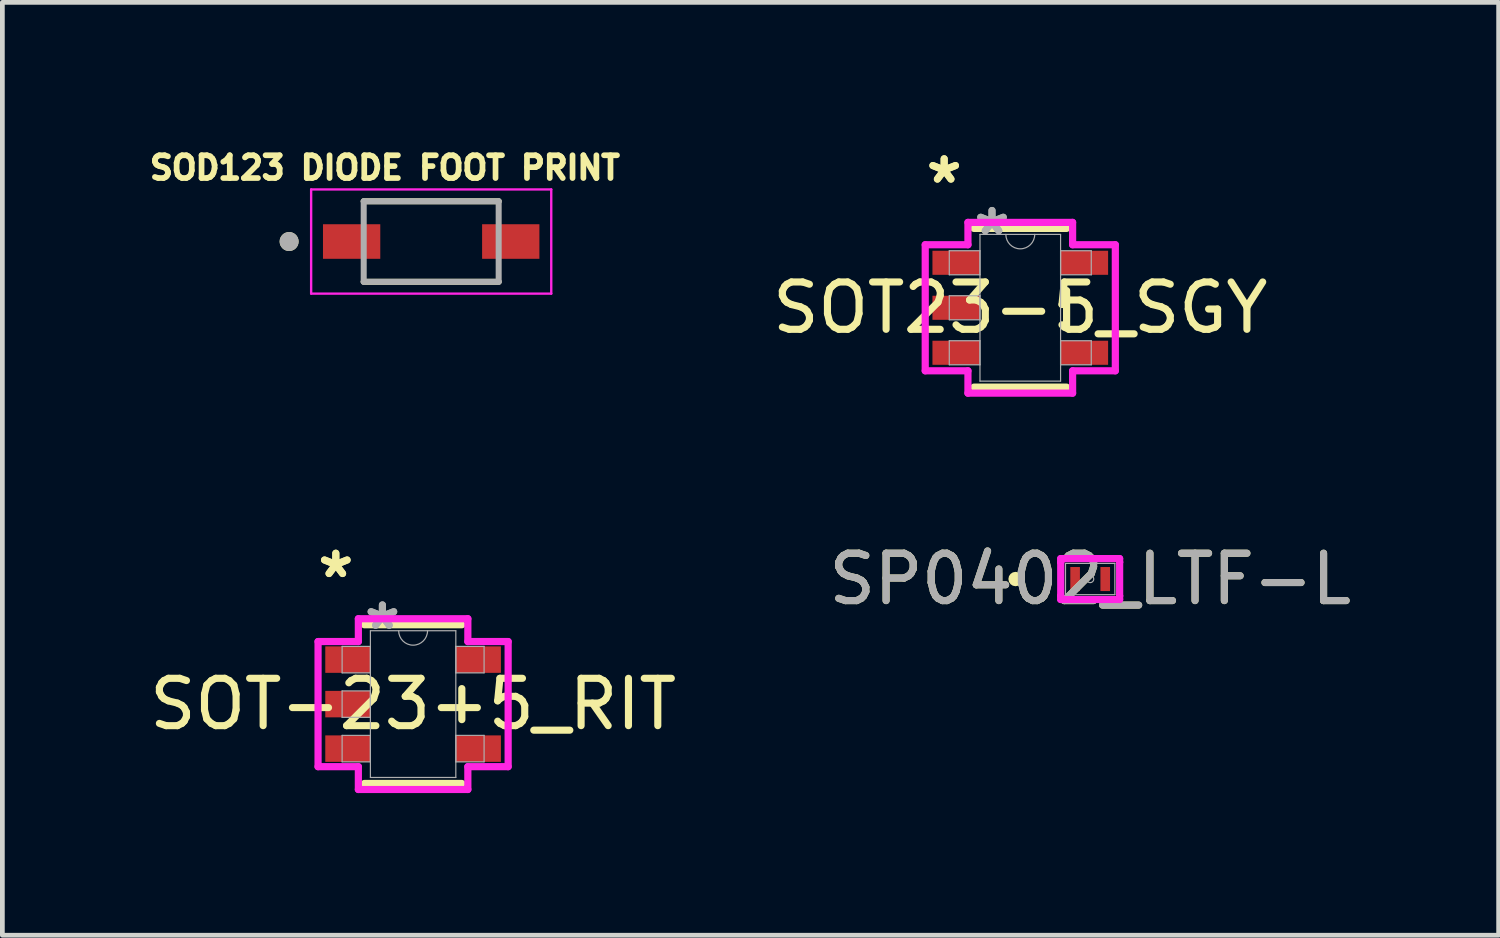
<source format=kicad_pcb>
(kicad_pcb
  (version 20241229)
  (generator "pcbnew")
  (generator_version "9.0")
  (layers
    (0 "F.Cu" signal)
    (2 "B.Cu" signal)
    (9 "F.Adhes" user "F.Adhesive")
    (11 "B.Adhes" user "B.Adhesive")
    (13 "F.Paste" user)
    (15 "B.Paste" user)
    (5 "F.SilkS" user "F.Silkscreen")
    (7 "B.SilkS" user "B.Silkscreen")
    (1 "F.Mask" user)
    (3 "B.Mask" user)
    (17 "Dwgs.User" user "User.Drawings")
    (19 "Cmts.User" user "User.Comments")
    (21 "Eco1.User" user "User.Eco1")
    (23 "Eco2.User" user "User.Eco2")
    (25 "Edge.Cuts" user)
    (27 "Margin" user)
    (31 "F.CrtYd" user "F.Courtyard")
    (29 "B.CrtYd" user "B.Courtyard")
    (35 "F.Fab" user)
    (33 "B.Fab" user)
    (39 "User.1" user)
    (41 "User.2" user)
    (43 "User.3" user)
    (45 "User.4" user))
  (footprint "SP0402_LTF-L"
    (layer "F.Cu")
    (at 19.97 9.177)
    (property "Reference" "SP0402_LTF-L" (at 0 0 0) (unlocked yes) (layer "F.SilkS") (effects (font (size 1 1) (thickness 0.15))))
    (attr smd)
    (fp_circle (center -1.575 0) (end -1.499 0) (stroke (width 0.152) (type solid)) (fill no) (layer "F.SilkS"))
    (fp_line (start -0.622 -0.432) (end 0.622 -0.432) (stroke (width 0.152) (type solid)) (layer "F.CrtYd"))
    (fp_line (start -0.622 -0.356) (end -0.622 -0.432) (stroke (width 0.152) (type solid)) (layer "F.CrtYd"))
    (fp_line (start -0.622 -0.356) (end -0.622 -0.356) (stroke (width 0.152) (type solid)) (layer "F.CrtYd"))
    (fp_line (start -0.622 0.356) (end -0.622 -0.356) (stroke (width 0.152) (type solid)) (layer "F.CrtYd"))
    (fp_line (start -0.622 0.356) (end -0.622 0.356) (stroke (width 0.152) (type solid)) (layer "F.CrtYd"))
    (fp_line (start -0.622 0.432) (end -0.622 0.356) (stroke (width 0.152) (type solid)) (layer "F.CrtYd"))
    (fp_line (start 0.622 -0.432) (end 0.622 -0.356) (stroke (width 0.152) (type solid)) (layer "F.CrtYd"))
    (fp_line (start 0.622 -0.356) (end 0.622 -0.356) (stroke (width 0.152) (type solid)) (layer "F.CrtYd"))
    (fp_line (start 0.622 -0.356) (end 0.622 0.356) (stroke (width 0.152) (type solid)) (layer "F.CrtYd"))
    (fp_line (start 0.622 0.356) (end 0.622 0.356) (stroke (width 0.152) (type solid)) (layer "F.CrtYd"))
    (fp_line (start 0.622 0.356) (end 0.622 0.432) (stroke (width 0.152) (type solid)) (layer "F.CrtYd"))
    (fp_line (start 0.622 0.432) (end -0.622 0.432) (stroke (width 0.152) (type solid)) (layer "F.CrtYd"))
    (fp_line (start -0.521 -0.33) (end -0.521 0.33) (stroke (width 0.025) (type solid)) (layer "F.Fab"))
    (fp_line (start -0.521 0.33) (end 0.521 0.33) (stroke (width 0.025) (type solid)) (layer "F.Fab"))
    (fp_line (start 0.521 -0.33) (end -0.521 -0.33) (stroke (width 0.025) (type solid)) (layer "F.Fab"))
    (fp_line (start 0.521 0.33) (end 0.521 -0.33) (stroke (width 0.025) (type solid)) (layer "F.Fab"))
    (fp_circle (center 0 0) (end 0.076 0) (stroke (width 0.025) (type solid)) (fill no) (layer "F.Fab"))
    (fp_text user "${REFERENCE}" (at 0 0 0) (unlocked yes) (layer "F.Fab") (effects (font (size 1 1) (thickness 0.15))))
    (pad "1" smd rect (at -0.318 0) (size 0.203 0.508) (layers "F.Cu" "F.Mask" "F.Paste"))
    (pad "2" smd rect (at 0.318 0) (size 0.203 0.508) (layers "F.Cu" "F.Mask" "F.Paste")))
  (footprint "SOT23-5_SGY"
    (layer "F.Cu")
    (at 18.494 3.449)
    (property "Reference" "SOT23-5_SGY" (at 0 0 0) (unlocked yes) (layer "F.SilkS") (effects (font (size 1 1) (thickness 0.15))))
    (attr smd)
    (fp_line (start -0.978 1.676) (end 0.978 1.676) (stroke (width 0.152) (type solid)) (layer "F.SilkS"))
    (fp_line (start 0.978 -1.676) (end -0.978 -1.676) (stroke (width 0.152) (type solid)) (layer "F.SilkS"))
    (fp_line (start 0.978 0.363) (end 0.978 -0.363) (stroke (width 0.152) (type solid)) (layer "F.SilkS"))
    (fp_line (start -2.007 -1.331) (end -1.105 -1.331) (stroke (width 0.152) (type solid)) (layer "F.CrtYd"))
    (fp_line (start -2.007 1.331) (end -2.007 -1.331) (stroke (width 0.152) (type solid)) (layer "F.CrtYd"))
    (fp_line (start -1.105 -1.803) (end 1.105 -1.803) (stroke (width 0.152) (type solid)) (layer "F.CrtYd"))
    (fp_line (start -1.105 -1.331) (end -1.105 -1.803) (stroke (width 0.152) (type solid)) (layer "F.CrtYd"))
    (fp_line (start -1.105 1.331) (end -2.007 1.331) (stroke (width 0.152) (type solid)) (layer "F.CrtYd"))
    (fp_line (start -1.105 1.803) (end -1.105 1.331) (stroke (width 0.152) (type solid)) (layer "F.CrtYd"))
    (fp_line (start 1.105 -1.803) (end 1.105 -1.331) (stroke (width 0.152) (type solid)) (layer "F.CrtYd"))
    (fp_line (start 1.105 -1.331) (end 2.007 -1.331) (stroke (width 0.152) (type solid)) (layer "F.CrtYd"))
    (fp_line (start 1.105 1.331) (end 1.105 1.803) (stroke (width 0.152) (type solid)) (layer "F.CrtYd"))
    (fp_line (start 1.105 1.803) (end -1.105 1.803) (stroke (width 0.152) (type solid)) (layer "F.CrtYd"))
    (fp_line (start 2.007 -1.331) (end 2.007 1.331) (stroke (width 0.152) (type solid)) (layer "F.CrtYd"))
    (fp_line (start 2.007 1.331) (end 1.105 1.331) (stroke (width 0.152) (type solid)) (layer "F.CrtYd"))
    (fp_line (start -1.499 -1.204) (end -1.499 -0.696) (stroke (width 0.025) (type solid)) (layer "F.Fab"))
    (fp_line (start -1.499 -0.696) (end -0.851 -0.696) (stroke (width 0.025) (type solid)) (layer "F.Fab"))
    (fp_line (start -1.499 -0.254) (end -1.499 0.254) (stroke (width 0.025) (type solid)) (layer "F.Fab"))
    (fp_line (start -1.499 0.254) (end -0.851 0.254) (stroke (width 0.025) (type solid)) (layer "F.Fab"))
    (fp_line (start -1.499 0.696) (end -1.499 1.204) (stroke (width 0.025) (type solid)) (layer "F.Fab"))
    (fp_line (start -1.499 1.204) (end -0.851 1.204) (stroke (width 0.025) (type solid)) (layer "F.Fab"))
    (fp_line (start -0.851 -1.549) (end -0.851 1.549) (stroke (width 0.025) (type solid)) (layer "F.Fab"))
    (fp_line (start -0.851 -1.204) (end -1.499 -1.204) (stroke (width 0.025) (type solid)) (layer "F.Fab"))
    (fp_line (start -0.851 -0.696) (end -0.851 -1.204) (stroke (width 0.025) (type solid)) (layer "F.Fab"))
    (fp_line (start -0.851 -0.254) (end -1.499 -0.254) (stroke (width 0.025) (type solid)) (layer "F.Fab"))
    (fp_line (start -0.851 0.254) (end -0.851 -0.254) (stroke (width 0.025) (type solid)) (layer "F.Fab"))
    (fp_line (start -0.851 0.696) (end -1.499 0.696) (stroke (width 0.025) (type solid)) (layer "F.Fab"))
    (fp_line (start -0.851 1.204) (end -0.851 0.696) (stroke (width 0.025) (type solid)) (layer "F.Fab"))
    (fp_line (start -0.851 1.549) (end 0.851 1.549) (stroke (width 0.025) (type solid)) (layer "F.Fab"))
    (fp_line (start 0.851 -1.549) (end -0.851 -1.549) (stroke (width 0.025) (type solid)) (layer "F.Fab"))
    (fp_line (start 0.851 -1.204) (end 0.851 -0.696) (stroke (width 0.025) (type solid)) (layer "F.Fab"))
    (fp_line (start 0.851 -0.696) (end 1.499 -0.696) (stroke (width 0.025) (type solid)) (layer "F.Fab"))
    (fp_line (start 0.851 0.696) (end 0.851 1.204) (stroke (width 0.025) (type solid)) (layer "F.Fab"))
    (fp_line (start 0.851 1.204) (end 1.499 1.204) (stroke (width 0.025) (type solid)) (layer "F.Fab"))
    (fp_line (start 0.851 1.549) (end 0.851 -1.549) (stroke (width 0.025) (type solid)) (layer "F.Fab"))
    (fp_line (start 1.499 -1.204) (end 0.851 -1.204) (stroke (width 0.025) (type solid)) (layer "F.Fab"))
    (fp_line (start 1.499 -0.696) (end 1.499 -1.204) (stroke (width 0.025) (type solid)) (layer "F.Fab"))
    (fp_line (start 1.499 0.696) (end 0.851 0.696) (stroke (width 0.025) (type solid)) (layer "F.Fab"))
    (fp_line (start 1.499 1.204) (end 1.499 0.696) (stroke (width 0.025) (type solid)) (layer "F.Fab"))
    (fp_arc (start 0.3048 -1.5494) (mid 0 -1.2446) (end -0.3048 -1.5494) (stroke (width 0.0254) (type solid)) (layer "F.Fab"))
    (fp_text user "*" (at -1.607 -2.601 0) (layer "F.SilkS") (effects (font (size 1 1) (thickness 0.15))))
    (fp_text user "*" (at -1.607 -2.601 0) (unlocked yes) (layer "F.SilkS") (effects (font (size 1 1) (thickness 0.15))))
    (fp_text user "*" (at -0.597 -1.509 0) (unlocked yes) (layer "F.Fab") (effects (font (size 1 1) (thickness 0.15))))
    (fp_text user "*" (at -0.597 -1.509 0) (layer "F.Fab") (effects (font (size 1 1) (thickness 0.15))))
    (pad "1" smd rect (at -1.353 -0.95) (size 1.003 0.508) (layers "F.Cu" "F.Mask" "F.Paste"))
    (pad "2" smd rect (at -1.353 0) (size 1.003 0.508) (layers "F.Cu" "F.Mask" "F.Paste"))
    (pad "3" smd rect (at -1.353 0.95) (size 1.003 0.508) (layers "F.Cu" "F.Mask" "F.Paste"))
    (pad "4" smd rect (at 1.353 0.95) (size 1.003 0.508) (layers "F.Cu" "F.Mask" "F.Paste"))
    (pad "5" smd rect (at 1.353 -0.95) (size 1.003 0.508) (layers "F.Cu" "F.Mask" "F.Paste")))
  (footprint "SOT-23-5_RIT"
    (layer "F.Cu")
    (at 5.673 11.818)
    (property "Reference" "SOT-23-5_RIT" (at 0 0 0) (unlocked yes) (layer "F.SilkS") (effects (font (size 1 1) (thickness 0.15))))
    (attr smd)
    (fp_line (start -1.029 1.676) (end 1.029 1.676) (stroke (width 0.152) (type solid)) (layer "F.SilkS"))
    (fp_line (start 1.029 -1.676) (end -1.029 -1.676) (stroke (width 0.152) (type solid)) (layer "F.SilkS"))
    (fp_line (start 1.029 0.327) (end 1.029 -0.327) (stroke (width 0.152) (type solid)) (layer "F.SilkS"))
    (fp_line (start -2.007 -1.321) (end -1.156 -1.321) (stroke (width 0.152) (type solid)) (layer "F.CrtYd"))
    (fp_line (start -2.007 1.321) (end -2.007 -1.321) (stroke (width 0.152) (type solid)) (layer "F.CrtYd"))
    (fp_line (start -1.156 -1.803) (end 1.156 -1.803) (stroke (width 0.152) (type solid)) (layer "F.CrtYd"))
    (fp_line (start -1.156 -1.321) (end -1.156 -1.803) (stroke (width 0.152) (type solid)) (layer "F.CrtYd"))
    (fp_line (start -1.156 1.321) (end -2.007 1.321) (stroke (width 0.152) (type solid)) (layer "F.CrtYd"))
    (fp_line (start -1.156 1.803) (end -1.156 1.321) (stroke (width 0.152) (type solid)) (layer "F.CrtYd"))
    (fp_line (start 1.156 -1.803) (end 1.156 -1.321) (stroke (width 0.152) (type solid)) (layer "F.CrtYd"))
    (fp_line (start 1.156 -1.321) (end 2.007 -1.321) (stroke (width 0.152) (type solid)) (layer "F.CrtYd"))
    (fp_line (start 1.156 1.321) (end 1.156 1.803) (stroke (width 0.152) (type solid)) (layer "F.CrtYd"))
    (fp_line (start 1.156 1.803) (end -1.156 1.803) (stroke (width 0.152) (type solid)) (layer "F.CrtYd"))
    (fp_line (start 2.007 -1.321) (end 2.007 1.321) (stroke (width 0.152) (type solid)) (layer "F.CrtYd"))
    (fp_line (start 2.007 1.321) (end 1.156 1.321) (stroke (width 0.152) (type solid)) (layer "F.CrtYd"))
    (fp_line (start -1.499 -1.219) (end -1.499 -0.66) (stroke (width 0.025) (type solid)) (layer "F.Fab"))
    (fp_line (start -1.499 -0.66) (end -0.902 -0.66) (stroke (width 0.025) (type solid)) (layer "F.Fab"))
    (fp_line (start -1.499 -0.279) (end -1.499 0.279) (stroke (width 0.025) (type solid)) (layer "F.Fab"))
    (fp_line (start -1.499 0.279) (end -0.902 0.279) (stroke (width 0.025) (type solid)) (layer "F.Fab"))
    (fp_line (start -1.499 0.66) (end -1.499 1.219) (stroke (width 0.025) (type solid)) (layer "F.Fab"))
    (fp_line (start -1.499 1.219) (end -0.902 1.219) (stroke (width 0.025) (type solid)) (layer "F.Fab"))
    (fp_line (start -0.902 -1.549) (end -0.902 1.549) (stroke (width 0.025) (type solid)) (layer "F.Fab"))
    (fp_line (start -0.902 -1.219) (end -1.499 -1.219) (stroke (width 0.025) (type solid)) (layer "F.Fab"))
    (fp_line (start -0.902 -0.66) (end -0.902 -1.219) (stroke (width 0.025) (type solid)) (layer "F.Fab"))
    (fp_line (start -0.902 -0.279) (end -1.499 -0.279) (stroke (width 0.025) (type solid)) (layer "F.Fab"))
    (fp_line (start -0.902 0.279) (end -0.902 -0.279) (stroke (width 0.025) (type solid)) (layer "F.Fab"))
    (fp_line (start -0.902 0.66) (end -1.499 0.66) (stroke (width 0.025) (type solid)) (layer "F.Fab"))
    (fp_line (start -0.902 1.219) (end -0.902 0.66) (stroke (width 0.025) (type solid)) (layer "F.Fab"))
    (fp_line (start -0.902 1.549) (end 0.902 1.549) (stroke (width 0.025) (type solid)) (layer "F.Fab"))
    (fp_line (start 0.902 -1.549) (end -0.902 -1.549) (stroke (width 0.025) (type solid)) (layer "F.Fab"))
    (fp_line (start 0.902 -1.219) (end 0.902 -0.66) (stroke (width 0.025) (type solid)) (layer "F.Fab"))
    (fp_line (start 0.902 -0.66) (end 1.499 -0.66) (stroke (width 0.025) (type solid)) (layer "F.Fab"))
    (fp_line (start 0.902 0.66) (end 0.902 1.219) (stroke (width 0.025) (type solid)) (layer "F.Fab"))
    (fp_line (start 0.902 1.219) (end 1.499 1.219) (stroke (width 0.025) (type solid)) (layer "F.Fab"))
    (fp_line (start 0.902 1.549) (end 0.902 -1.549) (stroke (width 0.025) (type solid)) (layer "F.Fab"))
    (fp_line (start 1.499 -1.219) (end 0.902 -1.219) (stroke (width 0.025) (type solid)) (layer "F.Fab"))
    (fp_line (start 1.499 -0.66) (end 1.499 -1.219) (stroke (width 0.025) (type solid)) (layer "F.Fab"))
    (fp_line (start 1.499 0.66) (end 0.902 0.66) (stroke (width 0.025) (type solid)) (layer "F.Fab"))
    (fp_line (start 1.499 1.219) (end 1.499 0.66) (stroke (width 0.025) (type solid)) (layer "F.Fab"))
    (fp_arc (start 0.3048 -1.5494) (mid 0 -1.2446) (end -0.3048 -1.5494) (stroke (width 0.0254) (type solid)) (layer "F.Fab"))
    (fp_text user "*" (at -1.632 -2.641 0) (unlocked yes) (layer "F.SilkS") (effects (font (size 1 1) (thickness 0.15))))
    (fp_text user "*" (at -1.632 -2.641 0) (layer "F.SilkS") (effects (font (size 1 1) (thickness 0.15))))
    (fp_text user "*" (at -0.648 -1.549 0) (unlocked yes) (layer "F.Fab") (effects (font (size 1 1) (thickness 0.15))))
    (fp_text user "*" (at -0.648 -1.549 0) (layer "F.Fab") (effects (font (size 1 1) (thickness 0.15))))
    (pad "1" smd rect (at -1.378 -0.94) (size 0.953 0.559) (layers "F.Cu" "F.Mask" "F.Paste"))
    (pad "2" smd rect (at -1.378 0) (size 0.953 0.559) (layers "F.Cu" "F.Mask" "F.Paste"))
    (pad "3" smd rect (at -1.378 0.94) (size 0.953 0.559) (layers "F.Cu" "F.Mask" "F.Paste"))
    (pad "4" smd rect (at 1.378 0.94) (size 0.953 0.559) (layers "F.Cu" "F.Mask" "F.Paste"))
    (pad "5" smd rect (at 1.378 -0.94) (size 0.953 0.559) (layers "F.Cu" "F.Mask" "F.Paste")))
  (footprint "SOD123 DIODE FOOT PRINT"
    (layer "F.Cu")
    (at 6.055 2.05)
    (property "Reference" "SOD123 DIODE FOOT PRINT" (at -0.978 -1.557 0) (layer "F.SilkS") (effects (font (size 0.481 0.481) (thickness 0.15))))
    (attr smd)
    (fp_line (start -1.425 -0.85) (end 1.425 -0.85) (stroke (width 0.127) (type solid)) (layer "F.SilkS"))
    (fp_line (start 1.425 0.85) (end -1.425 0.85) (stroke (width 0.127) (type solid)) (layer "F.SilkS"))
    (fp_circle (center -3 0) (end -2.9 0) (stroke (width 0.2) (type solid)) (fill no) (layer "F.SilkS"))
    (fp_line (start -2.535 -1.1) (end 2.535 -1.1) (stroke (width 0.05) (type solid)) (layer "F.CrtYd"))
    (fp_line (start -2.535 1.1) (end -2.535 -1.1) (stroke (width 0.05) (type solid)) (layer "F.CrtYd"))
    (fp_line (start 2.535 -1.1) (end 2.535 1.1) (stroke (width 0.05) (type solid)) (layer "F.CrtYd"))
    (fp_line (start 2.535 1.1) (end -2.535 1.1) (stroke (width 0.05) (type solid)) (layer "F.CrtYd"))
    (fp_line (start -1.425 -0.85) (end 1.425 -0.85) (stroke (width 0.127) (type solid)) (layer "F.Fab"))
    (fp_line (start -1.425 0.85) (end -1.425 -0.85) (stroke (width 0.127) (type solid)) (layer "F.Fab"))
    (fp_line (start 1.425 -0.85) (end 1.425 0.85) (stroke (width 0.127) (type solid)) (layer "F.Fab"))
    (fp_line (start 1.425 0.85) (end -1.425 0.85) (stroke (width 0.127) (type solid)) (layer "F.Fab"))
    (fp_circle (center -3 0) (end -2.9 0) (stroke (width 0.2) (type solid)) (fill no) (layer "F.Fab"))
    (pad "A" smd rect (at 1.68 0) (size 1.21 0.73) (layers "F.Cu" "F.Mask" "F.Paste"))
    (pad "C" smd rect (at -1.68 0) (size 1.21 0.73) (layers "F.Cu" "F.Mask" "F.Paste")))
  (gr_rect
    (start -3 -3)
    (end 28.595 16.698)
    (stroke (width 0.1) (type default))
    (fill no)
    (layer "Edge.Cuts")))
</source>
